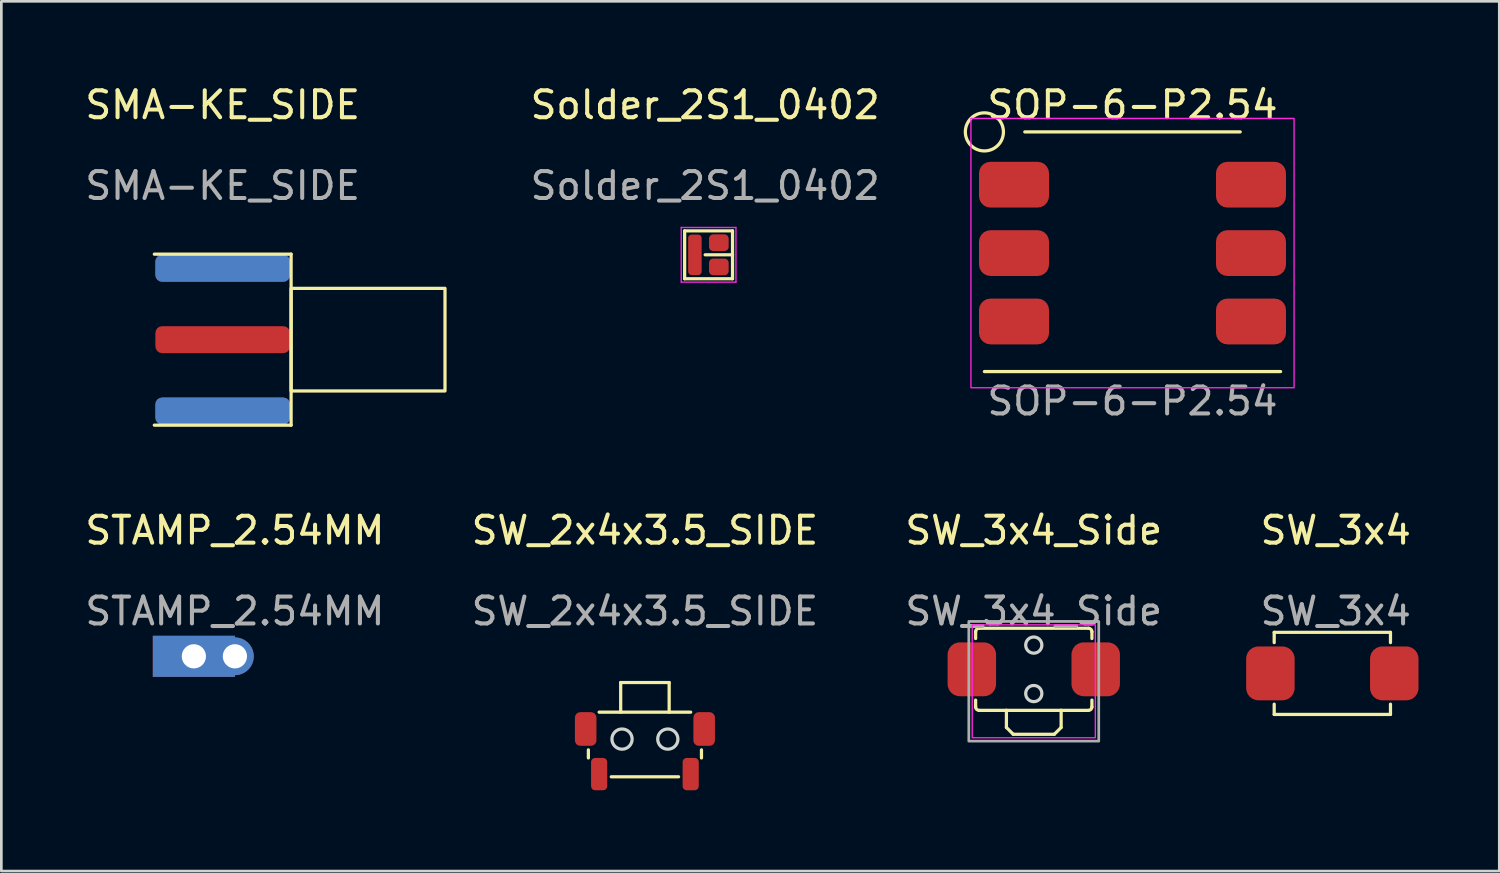
<source format=kicad_pcb>
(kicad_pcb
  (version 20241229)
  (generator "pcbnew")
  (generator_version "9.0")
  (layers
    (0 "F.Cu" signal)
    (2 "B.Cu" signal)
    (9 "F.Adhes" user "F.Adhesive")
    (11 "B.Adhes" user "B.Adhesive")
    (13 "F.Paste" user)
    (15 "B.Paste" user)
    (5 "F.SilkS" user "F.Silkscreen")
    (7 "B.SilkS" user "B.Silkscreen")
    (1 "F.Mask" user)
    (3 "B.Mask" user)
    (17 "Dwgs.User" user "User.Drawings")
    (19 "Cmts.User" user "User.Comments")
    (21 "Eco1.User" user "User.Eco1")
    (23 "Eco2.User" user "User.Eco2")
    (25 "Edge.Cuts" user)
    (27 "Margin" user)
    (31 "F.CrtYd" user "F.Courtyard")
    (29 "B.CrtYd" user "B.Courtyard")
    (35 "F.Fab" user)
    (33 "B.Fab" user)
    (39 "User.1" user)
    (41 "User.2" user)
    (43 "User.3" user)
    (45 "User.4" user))
  (footprint "Solder_2S1_0402"
    (layer "F.Cu")
    (at 23.136 6.412)
    (property "Reference" "Solder_2S1_0402" (at 0 -5.564 0) (unlocked yes) (layer "F.SilkS") (effects (font (size 1 1) (thickness 0.15))))
    (attr smd)
    (fp_line (start -0.762 -0.889) (end 1.016 -0.889) (stroke (width 0.12) (type solid)) (layer "F.SilkS"))
    (fp_line (start -0.762 0.889) (end -0.762 -0.889) (stroke (width 0.12) (type solid)) (layer "F.SilkS"))
    (fp_line (start -0.762 0.889) (end 1.016 0.889) (stroke (width 0.12) (type solid)) (layer "F.SilkS"))
    (fp_line (start 0 0) (end 1.016 0) (stroke (width 0.12) (type solid)) (layer "F.SilkS"))
    (fp_line (start 1.016 -0.889) (end 1.016 0.889) (stroke (width 0.12) (type solid)) (layer "F.SilkS"))
    (fp_line (start -0.889 -1.016) (end 1.143 -1.016) (stroke (width 0.05) (type solid)) (layer "F.CrtYd"))
    (fp_line (start -0.889 1.016) (end -0.889 -1.016) (stroke (width 0.05) (type solid)) (layer "F.CrtYd"))
    (fp_line (start 1.143 -1.016) (end 1.143 1.016) (stroke (width 0.05) (type solid)) (layer "F.CrtYd"))
    (fp_line (start 1.143 1.016) (end -0.889 1.016) (stroke (width 0.05) (type solid)) (layer "F.CrtYd"))
    (fp_text user "${REFERENCE}" (at 0 -2.564 0) (unlocked yes) (layer "F.Fab") (effects (font (size 1 1) (thickness 0.15))))
    (pad "1" smd roundrect (at -0.381 0) (size 0.5 1.5) (layers "F.Cu" "F.Mask" "F.Paste") (roundrect_rratio 0.25))
    (pad "2" smd roundrect (at 0.508 -0.45) (size 0.73 0.62) (layers "F.Cu" "F.Mask" "F.Paste") (roundrect_rratio 0.25))
    (pad "3" smd roundrect (at 0.508 0.45) (size 0.73 0.62) (layers "F.Cu" "F.Mask" "F.Paste") (roundrect_rratio 0.25)))
  (footprint "SW_2x4x3.5_SIDE"
    (layer "F.Cu")
    (at 20.899 24.396)
    (property "Reference" "SW_2x4x3.5_SIDE" (at 0 -7.75 0) (unlocked yes) (layer "F.SilkS") (effects (font (size 1 1) (thickness 0.15))))
    (attr smd)
    (fp_line (start -2.1 0.4) (end -2.1 0.7) (stroke (width 0.12) (type solid)) (layer "F.SilkS"))
    (fp_line (start -1.7 -1) (end 1.7 -1) (stroke (width 0.12) (type solid)) (layer "F.SilkS"))
    (fp_line (start -1.25 1.4) (end 1.25 1.4) (stroke (width 0.12) (type solid)) (layer "F.SilkS"))
    (fp_line (start -0.9 -2.1) (end 0.9 -2.1) (stroke (width 0.12) (type solid)) (layer "F.SilkS"))
    (fp_line (start -0.9 -1) (end -0.9 -2.1) (stroke (width 0.12) (type solid)) (layer "F.SilkS"))
    (fp_line (start 0.9 -2.1) (end 0.9 -1) (stroke (width 0.12) (type solid)) (layer "F.SilkS"))
    (fp_line (start 2.1 0.4) (end 2.1 0.7) (stroke (width 0.12) (type solid)) (layer "F.SilkS"))
    (fp_circle (center -0.85 0) (end -0.475 0) (stroke (width 0.12) (type solid)) (fill no) (layer "Edge.Cuts"))
    (fp_circle (center 0.85 0) (end 1.225 0) (stroke (width 0.12) (type solid)) (fill no) (layer "Edge.Cuts"))
    (fp_text user "${REFERENCE}" (at 0 -4.75 0) (unlocked yes) (layer "F.Fab") (effects (font (size 1 1) (thickness 0.15))))
    (pad "1" smd roundrect (at -1.7 1.3) (size 0.6 1.2) (layers "F.Cu" "F.Mask" "F.Paste") (roundrect_rratio 0.25))
    (pad "2" smd roundrect (at 1.7 1.3) (size 0.6 1.2) (layers "F.Cu" "F.Mask" "F.Paste") (roundrect_rratio 0.25))
    (pad "3" smd roundrect (at -2.2 -0.375) (size 0.8 1.25) (layers "F.Cu" "F.Mask" "F.Paste") (roundrect_rratio 0.25))
    (pad "4" smd roundrect (at 2.2 -0.375) (size 0.8 1.25) (layers "F.Cu" "F.Mask" "F.Paste") (roundrect_rratio 0.25)))
  (footprint "SW_3x4"
    (layer "F.Cu")
    (at 46.426 21.956)
    (property "Reference" "SW_3x4" (at 0.127 -5.31 0) (unlocked yes) (layer "F.SilkS") (effects (font (size 1 1) (thickness 0.15))))
    (attr smd)
    (fp_line (start -2.159 -1.524) (end 2.159 -1.524) (stroke (width 0.12) (type solid)) (layer "F.SilkS"))
    (fp_line (start -2.159 -1.143) (end -2.159 -1.524) (stroke (width 0.12) (type solid)) (layer "F.SilkS"))
    (fp_line (start -2.159 1.143) (end -2.159 1.524) (stroke (width 0.12) (type solid)) (layer "F.SilkS"))
    (fp_line (start -2.159 1.524) (end 2.159 1.524) (stroke (width 0.12) (type solid)) (layer "F.SilkS"))
    (fp_line (start 2.159 -1.524) (end 2.159 -1.143) (stroke (width 0.12) (type solid)) (layer "F.SilkS"))
    (fp_line (start 2.159 1.524) (end 2.159 1.143) (stroke (width 0.12) (type solid)) (layer "F.SilkS"))
    (fp_text user "${REFERENCE}" (at 0.127 -2.31 0) (unlocked yes) (layer "F.Fab") (effects (font (size 1 1) (thickness 0.15))))
    (pad "1" smd roundrect (at -2.3 0) (size 1.8 2) (layers "F.Cu" "F.Mask" "F.Paste") (roundrect_rratio 0.25))
    (pad "2" smd roundrect (at 2.3 0) (size 1.8 2) (layers "F.Cu" "F.Mask" "F.Paste") (roundrect_rratio 0.25)))
  (footprint "STAMP_2.54MM"
    (layer "F.Cu")
    (at 5.673 21.322)
    (property "Reference" "STAMP_2.54MM" (at 0 -4.675 0) (unlocked yes) (layer "F.SilkS") (effects (font (size 1 1) (thickness 0.15))))
    (attr smd)
    (fp_text user "${REFERENCE}" (at 0 -1.675 0) (unlocked yes) (layer "F.Fab") (effects (font (size 1 1) (thickness 0.15))))
    (pad "1" thru_hole circle (at -1.524 0) (size 1.4 1.4) (drill 0.9) (layers "*.Cu" "*.Mask"))
    (pad "1" smd rect (at -1.524 0) (size 3.048 1.524) (layers "F.Cu" "F.Mask"))
    (pad "1" smd rect (at -1.524 0 180) (size 3.048 1.524) (layers "B.Cu" "B.Mask"))
    (pad "1" thru_hole circle (at 0 0) (size 1.4 1.4) (drill 0.9) (layers "*.Cu" "*.Mask")))
  (footprint "SMA-KE_SIDE"
    (layer "F.Cu")
    (at 5.22 9.563)
    (property "Reference" "SMA-KE_SIDE" (at 0 -8.715 0) (unlocked yes) (layer "F.SilkS") (effects (font (size 1 1) (thickness 0.15))))
    (attr smd)
    (fp_line (start -2.54 3.175) (end 2.54 3.175) (stroke (width 0.12) (type default)) (layer "F.SilkS"))
    (fp_line (start 2.54 -3.175) (end -2.54 -3.175) (stroke (width 0.12) (type default)) (layer "F.SilkS"))
    (fp_line (start 2.54 3.175) (end 2.54 -3.175) (stroke (width 0.12) (type default)) (layer "F.SilkS"))
    (fp_rect (start 2.54 1.905) (end 8.255 -1.905) (stroke (width 0.12) (type default)) (fill no) (layer "F.SilkS"))
    (fp_text user "${REFERENCE}" (at 0 -5.715 0) (unlocked yes) (layer "F.Fab") (effects (font (size 1 1) (thickness 0.15))))
    (pad "1" smd roundrect (at 0 0) (size 5 1) (layers "F.Cu" "F.Mask" "F.Paste") (roundrect_rratio 0.25))
    (pad "2" smd roundrect (at 0 -2.65) (size 5 1) (layers "F.Cu" "F.Mask" "F.Paste") (roundrect_rratio 0.25))
    (pad "2" smd roundrect (at 0 -2.65) (size 5 1) (layers "B.Cu" "B.Mask" "B.Paste") (roundrect_rratio 0.25))
    (pad "2" smd roundrect (at 0 2.65) (size 5 1) (layers "F.Cu" "F.Mask" "F.Paste") (roundrect_rratio 0.25))
    (pad "2" smd roundrect (at 0 2.65) (size 5 1) (layers "B.Cu" "B.Mask" "B.Paste") (roundrect_rratio 0.25)))
  (footprint "SOP-6-P2.54"
    (layer "F.Cu")
    (at 39.005 6.348)
    (property "Reference" "SOP-6-P2.54" (at 0 -5.5 0) (unlocked yes) (layer "F.SilkS") (effects (font (size 1 1) (thickness 0.15))))
    (attr smd)
    (fp_line (start -5.5 4.4) (end 5.5 4.4) (stroke (width 0.12) (type solid)) (layer "F.SilkS"))
    (fp_line (start -4 -4.5) (end 4 -4.5) (stroke (width 0.12) (type solid)) (layer "F.SilkS"))
    (fp_circle (center -5.5 -4.5) (end -5 -4) (stroke (width 0.12) (type solid)) (fill no) (layer "F.SilkS"))
    (fp_rect (start -6 -5) (end 6 5) (stroke (width 0.05) (type solid)) (fill no) (layer "F.CrtYd"))
    (fp_text user "${REFERENCE}" (at 0 5.5 0) (unlocked yes) (layer "F.Fab") (effects (font (size 1 1) (thickness 0.15))))
    (pad "1" smd roundrect (at -4.4 -2.54) (size 2.6 1.7) (layers "F.Cu" "F.Mask" "F.Paste") (roundrect_rratio 0.25))
    (pad "2" smd roundrect (at -4.4 0) (size 2.6 1.7) (layers "F.Cu" "F.Mask" "F.Paste") (roundrect_rratio 0.25))
    (pad "3" smd roundrect (at -4.4 2.54) (size 2.6 1.7) (layers "F.Cu" "F.Mask" "F.Paste") (roundrect_rratio 0.25))
    (pad "4" smd roundrect (at 4.4 2.54) (size 2.6 1.7) (layers "F.Cu" "F.Mask" "F.Paste") (roundrect_rratio 0.25))
    (pad "5" smd roundrect (at 4.4 0) (size 2.6 1.7) (layers "F.Cu" "F.Mask" "F.Paste") (roundrect_rratio 0.25))
    (pad "6" smd roundrect (at 4.4 -2.54) (size 2.6 1.7) (layers "F.Cu" "F.Mask" "F.Paste") (roundrect_rratio 0.25)))
  (footprint "SW_3x4_Side"
    (layer "F.Cu")
    (at 35.339 21.805)
    (property "Reference" "SW_3x4_Side" (at 0 -5.159 0) (unlocked yes) (layer "F.SilkS") (effects (font (size 1 1) (thickness 0.15))))
    (attr smd)
    (fp_line (start -2.159 -1.143) (end -2.159 -1.397) (stroke (width 0.12) (type solid)) (layer "F.SilkS"))
    (fp_line (start -2.159 1.143) (end -2.159 1.397) (stroke (width 0.12) (type solid)) (layer "F.SilkS"))
    (fp_line (start -2.032 -1.524) (end 2.032 -1.524) (stroke (width 0.12) (type solid)) (layer "F.SilkS"))
    (fp_line (start -2.032 1.524) (end -1.016 1.524) (stroke (width 0.12) (type solid)) (layer "F.SilkS"))
    (fp_line (start -1.016 1.524) (end -1.016 2.159) (stroke (width 0.12) (type solid)) (layer "F.SilkS"))
    (fp_line (start -1.016 2.159) (end -0.762 2.413) (stroke (width 0.12) (type solid)) (layer "F.SilkS"))
    (fp_line (start -0.762 2.413) (end 0.762 2.413) (stroke (width 0.12) (type solid)) (layer "F.SilkS"))
    (fp_line (start 1.016 1.524) (end -1.016 1.524) (stroke (width 0.12) (type solid)) (layer "F.SilkS"))
    (fp_line (start 1.016 1.524) (end 2.032 1.524) (stroke (width 0.12) (type solid)) (layer "F.SilkS"))
    (fp_line (start 1.016 2.159) (end 0.762 2.413) (stroke (width 0.12) (type solid)) (layer "F.SilkS"))
    (fp_line (start 1.016 2.159) (end 1.016 1.524) (stroke (width 0.12) (type solid)) (layer "F.SilkS"))
    (fp_line (start 2.159 -1.397) (end 2.159 -1.143) (stroke (width 0.12) (type solid)) (layer "F.SilkS"))
    (fp_line (start 2.159 1.397) (end 2.159 1.143) (stroke (width 0.12) (type solid)) (layer "F.SilkS"))
    (fp_arc (start -2.159 -1.397) (mid -2.121803 -1.486803) (end -2.032 -1.524) (stroke (width 0.12) (type solid)) (layer "F.SilkS"))
    (fp_arc (start -2.032 1.524) (mid -2.121803 1.486803) (end -2.159 1.397) (stroke (width 0.12) (type solid)) (layer "F.SilkS"))
    (fp_arc (start 2.032 -1.524) (mid 2.121803 -1.486803) (end 2.159 -1.397) (stroke (width 0.12) (type solid)) (layer "F.SilkS"))
    (fp_arc (start 2.159 1.397) (mid 2.121803 1.486803) (end 2.032 1.524) (stroke (width 0.12) (type solid)) (layer "F.SilkS"))
    (fp_circle (center 0 -0.9) (end 0.3 -0.9) (stroke (width 0.12) (type solid)) (fill no) (layer "Edge.Cuts"))
    (fp_circle (center 0 0.9) (end 0.3 0.9) (stroke (width 0.12) (type solid)) (fill no) (layer "Edge.Cuts"))
    (fp_rect (start -2.286 -1.651) (end 2.286 2.54) (stroke (width 0.05) (type solid)) (fill no) (layer "F.CrtYd"))
    (fp_rect (start -2.413 -1.778) (end 2.413 2.667) (stroke (width 0.1) (type solid)) (fill no) (layer "F.Fab"))
    (fp_text user "${REFERENCE}" (at 0 -2.159 0) (unlocked yes) (layer "F.Fab") (effects (font (size 1 1) (thickness 0.15))))
    (pad "1" smd roundrect (at -2.3 0) (size 1.8 2) (layers "F.Cu" "F.Mask" "F.Paste") (roundrect_rratio 0.25))
    (pad "2" smd roundrect (at 2.3 0) (size 1.8 2) (layers "F.Cu" "F.Mask" "F.Paste") (roundrect_rratio 0.25)))
  (gr_rect
    (start -3 -3)
    (end 52.626 29.297)
    (stroke (width 0.1) (type default))
    (fill no)
    (layer "Edge.Cuts")))
</source>
